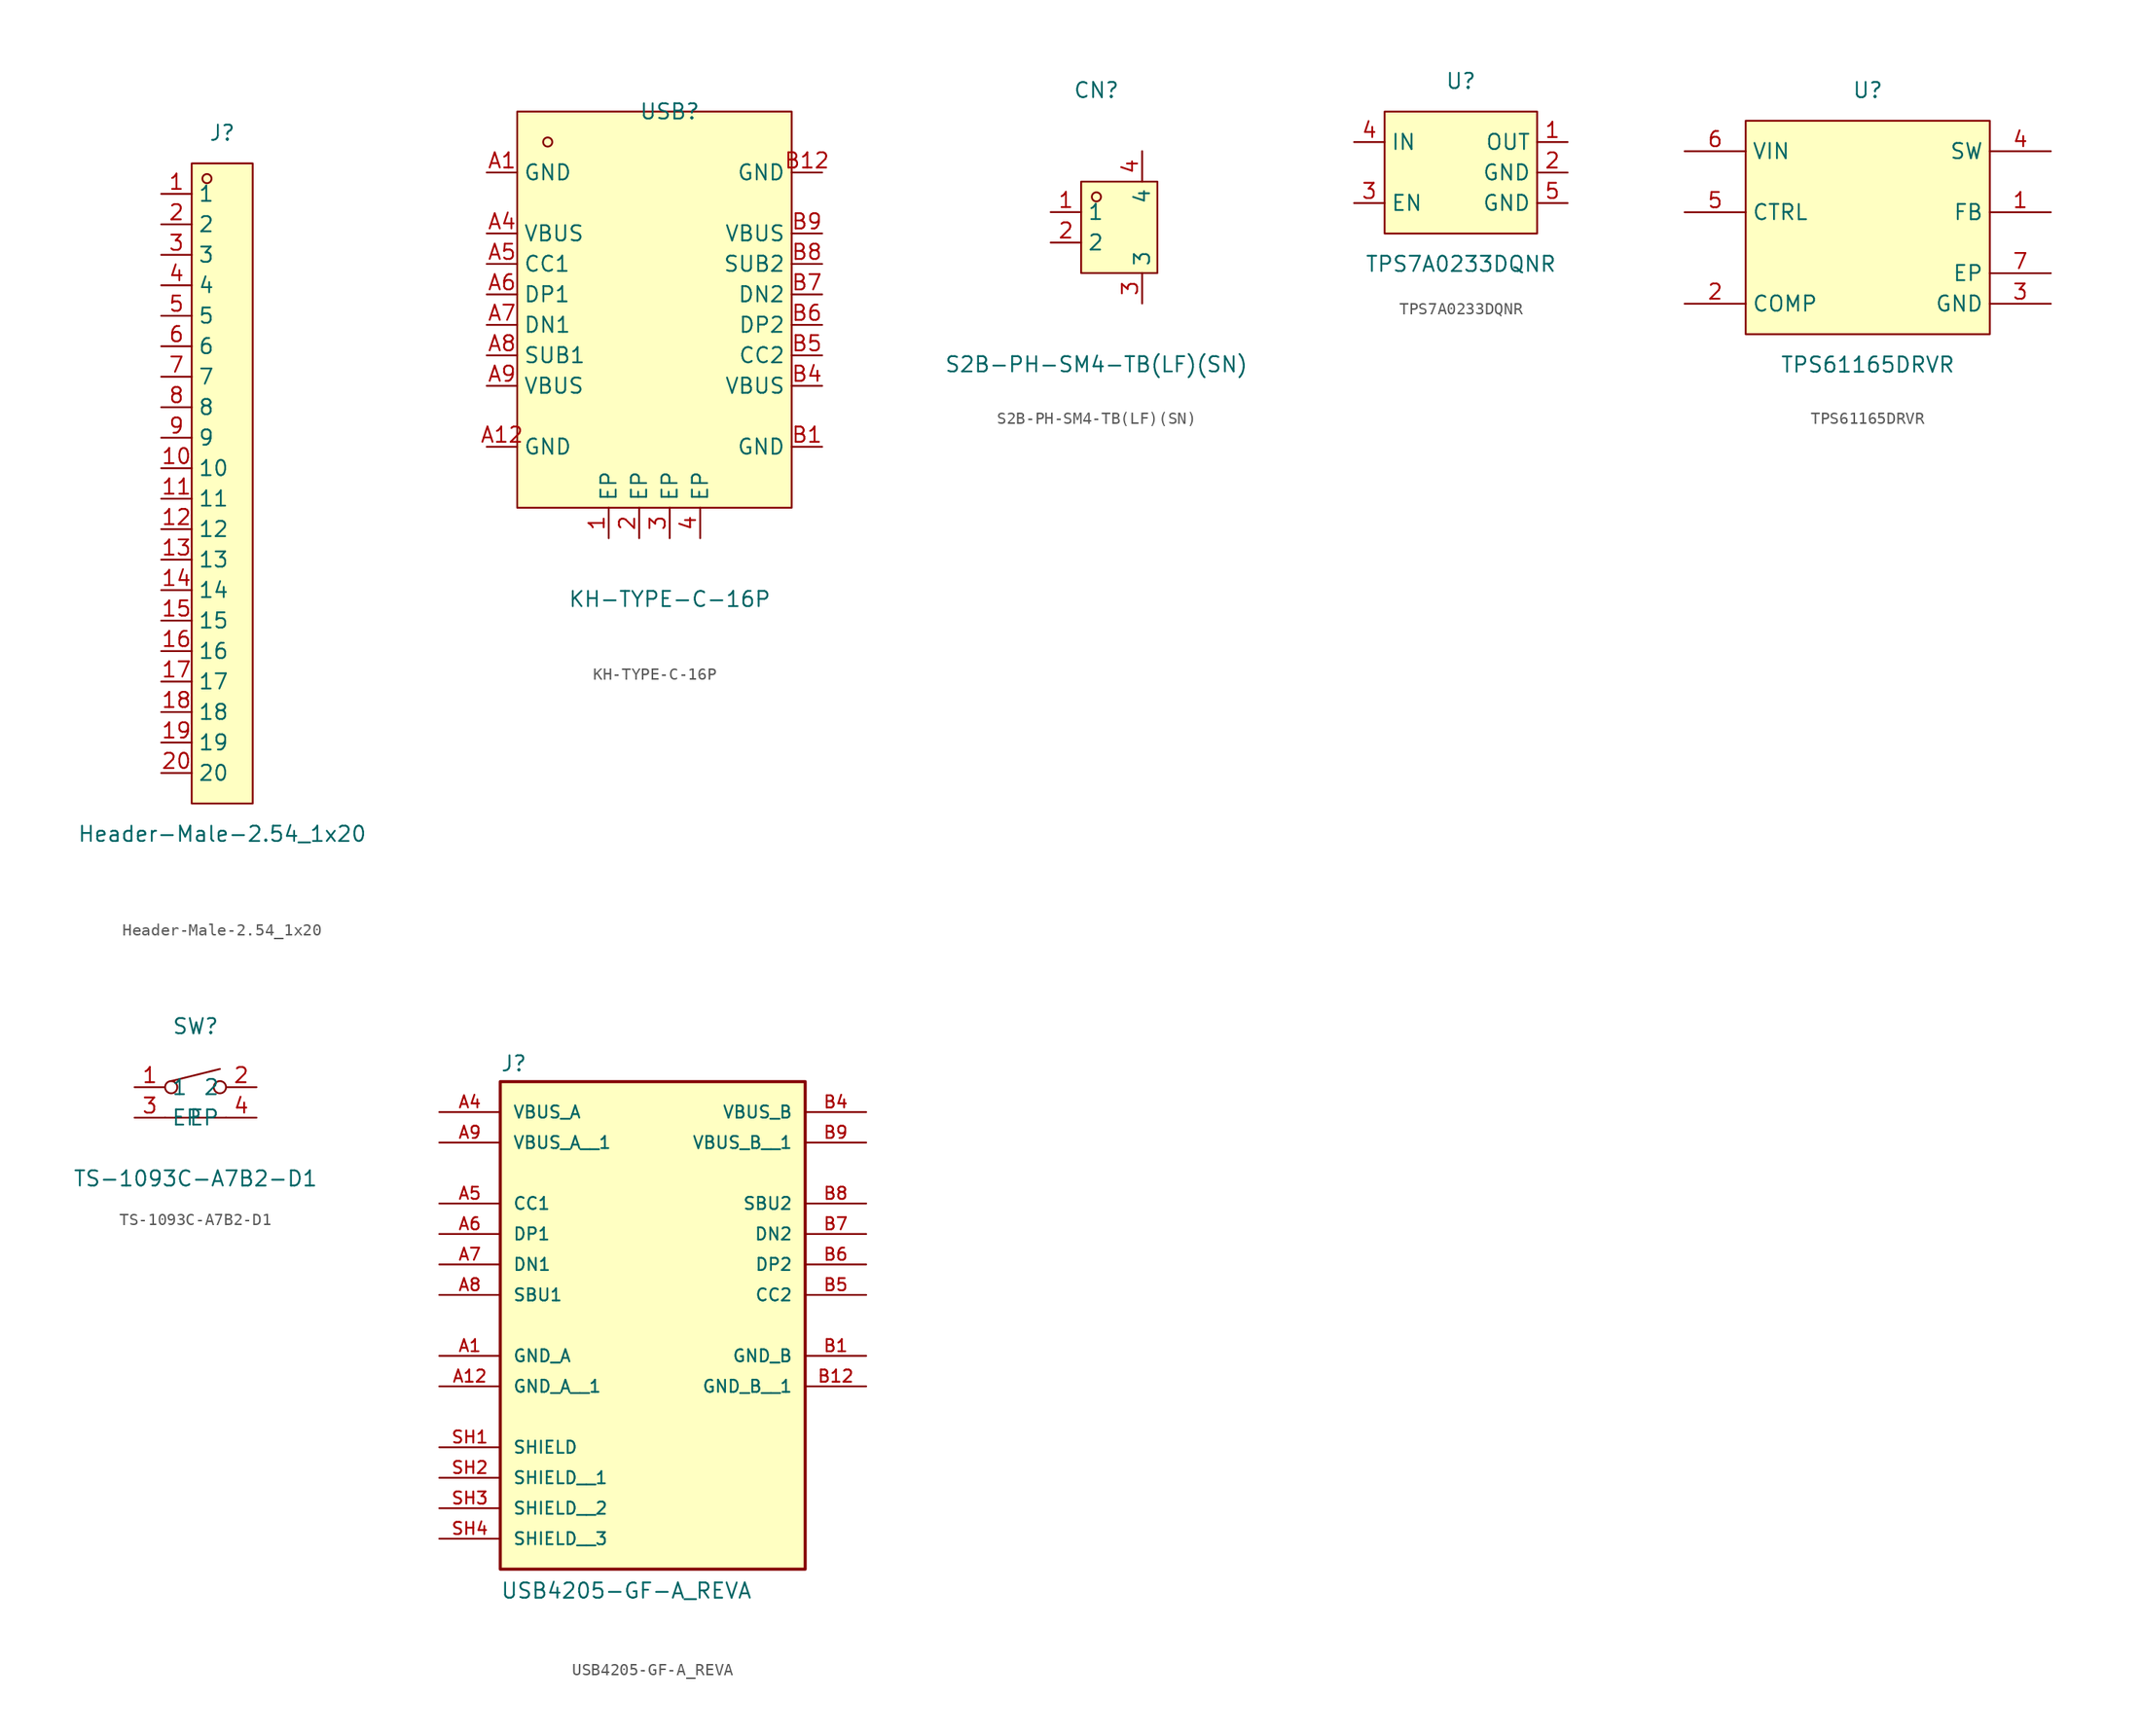
<source format=kicad_sym>
(kicad_symbol_lib
  (version 20231120)
  (generator "kicad_symbol_editor")
  (generator_version "8.0")
  (symbol "Header-Male-2.54_1x20"
    (property "Reference" "J"
      (at 0 29.21 0)
      (effects (font (size 1.27 1.27))))
    (property "Value" "Header-Male-2.54_1x20"
      (at 0 -29.21 0)
      (effects (font (size 1.27 1.27))))
    (symbol "Header-Male-2.54_1x20_0_1"
      (rectangle (start -2.54 26.67) (end 2.54 -26.67) (stroke (width 0) (type default)) (fill (type background)))
      (circle (center -1.27 25.4) (radius 0.38) (stroke (width 0) (type default)) (fill (type none)))
      (pin unspecified line (at -5.08 24.13 0) (length 2.54) (name "1" (effects (font (size 1.27 1.27)))) (number "1" (effects (font (size 1.27 1.27)))))
      (pin unspecified line (at -5.08 1.27 0) (length 2.54) (name "10" (effects (font (size 1.27 1.27)))) (number "10" (effects (font (size 1.27 1.27)))))
      (pin unspecified line (at -5.08 -1.27 0) (length 2.54) (name "11" (effects (font (size 1.27 1.27)))) (number "11" (effects (font (size 1.27 1.27)))))
      (pin unspecified line (at -5.08 -3.81 0) (length 2.54) (name "12" (effects (font (size 1.27 1.27)))) (number "12" (effects (font (size 1.27 1.27)))))
      (pin unspecified line (at -5.08 -6.35 0) (length 2.54) (name "13" (effects (font (size 1.27 1.27)))) (number "13" (effects (font (size 1.27 1.27)))))
      (pin unspecified line (at -5.08 -8.89 0) (length 2.54) (name "14" (effects (font (size 1.27 1.27)))) (number "14" (effects (font (size 1.27 1.27)))))
      (pin unspecified line (at -5.08 -11.43 0) (length 2.54) (name "15" (effects (font (size 1.27 1.27)))) (number "15" (effects (font (size 1.27 1.27)))))
      (pin unspecified line (at -5.08 -13.97 0) (length 2.54) (name "16" (effects (font (size 1.27 1.27)))) (number "16" (effects (font (size 1.27 1.27)))))
      (pin unspecified line (at -5.08 -16.51 0) (length 2.54) (name "17" (effects (font (size 1.27 1.27)))) (number "17" (effects (font (size 1.27 1.27)))))
      (pin unspecified line (at -5.08 -19.05 0) (length 2.54) (name "18" (effects (font (size 1.27 1.27)))) (number "18" (effects (font (size 1.27 1.27)))))
      (pin unspecified line (at -5.08 -21.59 0) (length 2.54) (name "19" (effects (font (size 1.27 1.27)))) (number "19" (effects (font (size 1.27 1.27)))))
      (pin unspecified line (at -5.08 21.59 0) (length 2.54) (name "2" (effects (font (size 1.27 1.27)))) (number "2" (effects (font (size 1.27 1.27)))))
      (pin unspecified line (at -5.08 -24.13 0) (length 2.54) (name "20" (effects (font (size 1.27 1.27)))) (number "20" (effects (font (size 1.27 1.27)))))
      (pin unspecified line (at -5.08 19.05 0) (length 2.54) (name "3" (effects (font (size 1.27 1.27)))) (number "3" (effects (font (size 1.27 1.27)))))
      (pin unspecified line (at -5.08 16.51 0) (length 2.54) (name "4" (effects (font (size 1.27 1.27)))) (number "4" (effects (font (size 1.27 1.27)))))
      (pin unspecified line (at -5.08 13.97 0) (length 2.54) (name "5" (effects (font (size 1.27 1.27)))) (number "5" (effects (font (size 1.27 1.27)))))
      (pin unspecified line (at -5.08 11.43 0) (length 2.54) (name "6" (effects (font (size 1.27 1.27)))) (number "6" (effects (font (size 1.27 1.27)))))
      (pin unspecified line (at -5.08 8.89 0) (length 2.54) (name "7" (effects (font (size 1.27 1.27)))) (number "7" (effects (font (size 1.27 1.27)))))
      (pin unspecified line (at -5.08 6.35 0) (length 2.54) (name "8" (effects (font (size 1.27 1.27)))) (number "8" (effects (font (size 1.27 1.27)))))
      (pin unspecified line (at -5.08 3.81 0) (length 2.54) (name "9" (effects (font (size 1.27 1.27)))) (number "9" (effects (font (size 1.27 1.27)))))))
  (symbol "KH-TYPE-C-16P"
    (property "Reference" "USB"
      (at 0 17.78 0)
      (effects (font (size 1.27 1.27))))
    (property "Value" "KH-TYPE-C-16P"
      (at 0 -22.86 0)
      (effects (font (size 1.27 1.27))))
    (symbol "KH-TYPE-C-16P_0_1"
      (rectangle (start -12.7 17.78) (end 10.16 -15.24) (stroke (width 0) (type default)) (fill (type background)))
      (circle (center -10.16 15.24) (radius 0.38) (stroke (width 0) (type default)) (fill (type none)))
      (pin unspecified line (at -5.08 -17.78 90) (length 2.54) (name "EP" (effects (font (size 1.27 1.27)))) (number "1" (effects (font (size 1.27 1.27)))))
      (pin unspecified line (at -2.54 -17.78 90) (length 2.54) (name "EP" (effects (font (size 1.27 1.27)))) (number "2" (effects (font (size 1.27 1.27)))))
      (pin unspecified line (at 0 -17.78 90) (length 2.54) (name "EP" (effects (font (size 1.27 1.27)))) (number "3" (effects (font (size 1.27 1.27)))))
      (pin unspecified line (at 2.54 -17.78 90) (length 2.54) (name "EP" (effects (font (size 1.27 1.27)))) (number "4" (effects (font (size 1.27 1.27)))))
      (pin unspecified line (at -15.24 12.7 0) (length 2.54) (name "GND" (effects (font (size 1.27 1.27)))) (number "A1" (effects (font (size 1.27 1.27)))))
      (pin unspecified line (at -15.24 -10.16 0) (length 2.54) (name "GND" (effects (font (size 1.27 1.27)))) (number "A12" (effects (font (size 1.27 1.27)))))
      (pin unspecified line (at -15.24 7.62 0) (length 2.54) (name "VBUS" (effects (font (size 1.27 1.27)))) (number "A4" (effects (font (size 1.27 1.27)))))
      (pin unspecified line (at -15.24 5.08 0) (length 2.54) (name "CC1" (effects (font (size 1.27 1.27)))) (number "A5" (effects (font (size 1.27 1.27)))))
      (pin unspecified line (at -15.24 2.54 0) (length 2.54) (name "DP1" (effects (font (size 1.27 1.27)))) (number "A6" (effects (font (size 1.27 1.27)))))
      (pin unspecified line (at -15.24 0 0) (length 2.54) (name "DN1" (effects (font (size 1.27 1.27)))) (number "A7" (effects (font (size 1.27 1.27)))))
      (pin unspecified line (at -15.24 -2.54 0) (length 2.54) (name "SUB1" (effects (font (size 1.27 1.27)))) (number "A8" (effects (font (size 1.27 1.27)))))
      (pin unspecified line (at -15.24 -5.08 0) (length 2.54) (name "VBUS" (effects (font (size 1.27 1.27)))) (number "A9" (effects (font (size 1.27 1.27)))))
      (pin unspecified line (at 12.7 -10.16 180) (length 2.54) (name "GND" (effects (font (size 1.27 1.27)))) (number "B1" (effects (font (size 1.27 1.27)))))
      (pin unspecified line (at 12.7 12.7 180) (length 2.54) (name "GND" (effects (font (size 1.27 1.27)))) (number "B12" (effects (font (size 1.27 1.27)))))
      (pin unspecified line (at 12.7 -5.08 180) (length 2.54) (name "VBUS" (effects (font (size 1.27 1.27)))) (number "B4" (effects (font (size 1.27 1.27)))))
      (pin unspecified line (at 12.7 -2.54 180) (length 2.54) (name "CC2" (effects (font (size 1.27 1.27)))) (number "B5" (effects (font (size 1.27 1.27)))))
      (pin unspecified line (at 12.7 0 180) (length 2.54) (name "DP2" (effects (font (size 1.27 1.27)))) (number "B6" (effects (font (size 1.27 1.27)))))
      (pin unspecified line (at 12.7 2.54 180) (length 2.54) (name "DN2" (effects (font (size 1.27 1.27)))) (number "B7" (effects (font (size 1.27 1.27)))))
      (pin unspecified line (at 12.7 5.08 180) (length 2.54) (name "SUB2" (effects (font (size 1.27 1.27)))) (number "B8" (effects (font (size 1.27 1.27)))))
      (pin unspecified line (at 12.7 7.62 180) (length 2.54) (name "VBUS" (effects (font (size 1.27 1.27)))) (number "B9" (effects (font (size 1.27 1.27)))))))
  (symbol "S2B-PH-SM4-TB(LF)(SN)"
    (property "Reference" "CN"
      (at 0 11.43 0)
      (effects (font (size 1.27 1.27))))
    (property "Value" "S2B-PH-SM4-TB(LF)(SN)"
      (at 0 -11.43 0)
      (effects (font (size 1.27 1.27))))
    (symbol "S2B-PH-SM4-TB(LF)(SN)_0_1"
      (rectangle (start -1.27 3.81) (end 5.08 -3.81) (stroke (width 0) (type default)) (fill (type background)))
      (circle (center 0 2.54) (radius 0.38) (stroke (width 0) (type default)) (fill (type none)))
      (pin unspecified line (at -3.81 1.27 0) (length 2.54) (name "1" (effects (font (size 1.27 1.27)))) (number "1" (effects (font (size 1.27 1.27)))))
      (pin unspecified line (at -3.81 -1.27 0) (length 2.54) (name "2" (effects (font (size 1.27 1.27)))) (number "2" (effects (font (size 1.27 1.27)))))
      (pin unspecified line (at 3.81 -6.35 90) (length 2.54) (name "3" (effects (font (size 1.27 1.27)))) (number "3" (effects (font (size 1.27 1.27)))))
      (pin unspecified line (at 3.81 6.35 270) (length 2.54) (name "4" (effects (font (size 1.27 1.27)))) (number "4" (effects (font (size 1.27 1.27)))))))
  (symbol "TPS7A0233DQNR"
    (property "Reference" "U"
      (at 0 7.62 0)
      (effects (font (size 1.27 1.27))))
    (property "Value" "TPS7A0233DQNR"
      (at 0 -7.62 0)
      (effects (font (size 1.27 1.27))))
    (symbol "TPS7A0233DQNR_0_1"
      (rectangle (start -6.35 5.08) (end 6.35 -5.08) (stroke (width 0) (type default)) (fill (type background)))
      (pin unspecified line (at 8.89 2.54 180) (length 2.54) (name "OUT" (effects (font (size 1.27 1.27)))) (number "1" (effects (font (size 1.27 1.27)))))
      (pin unspecified line (at 8.89 0 180) (length 2.54) (name "GND" (effects (font (size 1.27 1.27)))) (number "2" (effects (font (size 1.27 1.27)))))
      (pin unspecified line (at -8.89 -2.54 0) (length 2.54) (name "EN" (effects (font (size 1.27 1.27)))) (number "3" (effects (font (size 1.27 1.27)))))
      (pin unspecified line (at -8.89 2.54 0) (length 2.54) (name "IN" (effects (font (size 1.27 1.27)))) (number "4" (effects (font (size 1.27 1.27)))))
      (pin unspecified line (at 8.89 -2.54 180) (length 2.54) (name "GND" (effects (font (size 1.27 1.27)))) (number "5" (effects (font (size 1.27 1.27)))))))
  (symbol "TPS61165DRVR"
    (property "Reference" "U"
      (at 0 11.43 0)
      (effects (font (size 1.27 1.27))))
    (property "Value" "TPS61165DRVR"
      (at 0 -11.43 0)
      (effects (font (size 1.27 1.27))))
    (symbol "TPS61165DRVR_0_1"
      (rectangle (start -10.16 8.89) (end 10.16 -8.89) (stroke (width 0) (type default)) (fill (type background)))
      (pin unspecified line (at 15.24 1.27 180) (length 5.08) (name "FB" (effects (font (size 1.27 1.27)))) (number "1" (effects (font (size 1.27 1.27)))))
      (pin unspecified line (at -15.24 -6.35 0) (length 5.08) (name "COMP" (effects (font (size 1.27 1.27)))) (number "2" (effects (font (size 1.27 1.27)))))
      (pin power_in line (at 15.24 -6.35 180) (length 5.08) (name "GND" (effects (font (size 1.27 1.27)))) (number "3" (effects (font (size 1.27 1.27)))))
      (pin power_in line (at 15.24 6.35 180) (length 5.08) (name "SW" (effects (font (size 1.27 1.27)))) (number "4" (effects (font (size 1.27 1.27)))))
      (pin unspecified line (at -15.24 1.27 0) (length 5.08) (name "CTRL" (effects (font (size 1.27 1.27)))) (number "5" (effects (font (size 1.27 1.27)))))
      (pin power_in line (at -15.24 6.35 0) (length 5.08) (name "VIN" (effects (font (size 1.27 1.27)))) (number "6" (effects (font (size 1.27 1.27)))))
      (pin power_in line (at 15.24 -3.81 180) (length 5.08) (name "EP" (effects (font (size 1.27 1.27)))) (number "7" (effects (font (size 1.27 1.27)))))))
  (symbol "TS-1093C-A7B2-D1"
    (property "Reference" "SW"
      (at 0 5.08 0)
      (effects (font (size 1.27 1.27))))
    (property "Value" "TS-1093C-A7B2-D1"
      (at 0 -7.62 0)
      (effects (font (size 1.27 1.27))))
    (symbol "TS-1093C-A7B2-D1_0_1"
      (circle (center -2.03 0) (radius 0.51) (stroke (width 0) (type default)) (fill (type none)))
      (polyline (pts (xy -2.54 -2.54) (xy 2.54 -2.54)) (stroke (width 0) (type default)) (fill (type none)))
      (polyline (pts (xy 2.03 1.52) (xy -2.03 0.51)) (stroke (width 0) (type default)) (fill (type none)))
      (circle (center 2.03 0) (radius 0.51) (stroke (width 0) (type default)) (fill (type none)))
      (pin unspecified line (at -5.08 0 0) (length 2.54) (name "1" (effects (font (size 1.27 1.27)))) (number "1" (effects (font (size 1.27 1.27)))))
      (pin unspecified line (at 5.08 0 180) (length 2.54) (name "2" (effects (font (size 1.27 1.27)))) (number "2" (effects (font (size 1.27 1.27)))))
      (pin unspecified line (at -5.08 -2.54 0) (length 2.54) (name "EP" (effects (font (size 1.27 1.27)))) (number "3" (effects (font (size 1.27 1.27)))))
      (pin unspecified line (at 5.08 -2.54 180) (length 2.54) (name "EP" (effects (font (size 1.27 1.27)))) (number "4" (effects (font (size 1.27 1.27)))))))
  (symbol "USB4205-GF-A_REVA"
    (pin_names
      (offset 1.016))
    (property "Reference" "J"
      (at -12.7 13.462 0)
      (effects (font (size 1.27 1.27)) (justify bottom left)))
    (property "Value" "USB4205-GF-A_REVA"
      (at -12.7 -30.48 0)
      (effects (font (size 1.27 1.27)) (justify bottom left)))
    (symbol "USB4205-GF-A_REVA_0_0"
      (rectangle (start -12.7 -27.94) (end 12.7 12.7) (stroke (width 0.254)) (fill (type background)))
      (pin power_in line (at -17.78 10.16 0) (length 5.08) (name "VBUS_A" (effects (font (size 1.016 1.016)))) (number "A4" (effects (font (size 1.016 1.016)))))
      (pin bidirectional line (at -17.78 2.54 0) (length 5.08) (name "CC1" (effects (font (size 1.016 1.016)))) (number "A5" (effects (font (size 1.016 1.016)))))
      (pin bidirectional line (at -17.78 0.0 0) (length 5.08) (name "DP1" (effects (font (size 1.016 1.016)))) (number "A6" (effects (font (size 1.016 1.016)))))
      (pin bidirectional line (at -17.78 -2.54 0) (length 5.08) (name "DN1" (effects (font (size 1.016 1.016)))) (number "A7" (effects (font (size 1.016 1.016)))))
      (pin bidirectional line (at -17.78 -5.08 0) (length 5.08) (name "SBU1" (effects (font (size 1.016 1.016)))) (number "A8" (effects (font (size 1.016 1.016)))))
      (pin power_in line (at -17.78 -10.16 0) (length 5.08) (name "GND_A" (effects (font (size 1.016 1.016)))) (number "A1" (effects (font (size 1.016 1.016)))))
      (pin power_in line (at 17.78 10.16 180.0) (length 5.08) (name "VBUS_B" (effects (font (size 1.016 1.016)))) (number "B4" (effects (font (size 1.016 1.016)))))
      (pin power_in line (at 17.78 -10.16 180.0) (length 5.08) (name "GND_B" (effects (font (size 1.016 1.016)))) (number "B1" (effects (font (size 1.016 1.016)))))
      (pin bidirectional line (at 17.78 2.54 180.0) (length 5.08) (name "SBU2" (effects (font (size 1.016 1.016)))) (number "B8" (effects (font (size 1.016 1.016)))))
      (pin bidirectional line (at 17.78 0.0 180.0) (length 5.08) (name "DN2" (effects (font (size 1.016 1.016)))) (number "B7" (effects (font (size 1.016 1.016)))))
      (pin bidirectional line (at 17.78 -2.54 180.0) (length 5.08) (name "DP2" (effects (font (size 1.016 1.016)))) (number "B6" (effects (font (size 1.016 1.016)))))
      (pin bidirectional line (at 17.78 -5.08 180.0) (length 5.08) (name "CC2" (effects (font (size 1.016 1.016)))) (number "B5" (effects (font (size 1.016 1.016)))))
      (pin passive line (at -17.78 -17.78 0) (length 5.08) (name "SHIELD" (effects (font (size 1.016 1.016)))) (number "SH1" (effects (font (size 1.016 1.016)))))
      (pin power_in line (at -17.78 7.62 0) (length 5.08) (name "VBUS_A__1" (effects (font (size 1.016 1.016)))) (number "A9" (effects (font (size 1.016 1.016)))))
      (pin power_in line (at -17.78 -12.7 0) (length 5.08) (name "GND_A__1" (effects (font (size 1.016 1.016)))) (number "A12" (effects (font (size 1.016 1.016)))))
      (pin passive line (at -17.78 -20.32 0) (length 5.08) (name "SHIELD__1" (effects (font (size 1.016 1.016)))) (number "SH2" (effects (font (size 1.016 1.016)))))
      (pin passive line (at -17.78 -22.86 0) (length 5.08) (name "SHIELD__2" (effects (font (size 1.016 1.016)))) (number "SH3" (effects (font (size 1.016 1.016)))))
      (pin passive line (at -17.78 -25.4 0) (length 5.08) (name "SHIELD__3" (effects (font (size 1.016 1.016)))) (number "SH4" (effects (font (size 1.016 1.016)))))
      (pin power_in line (at 17.78 7.62 180.0) (length 5.08) (name "VBUS_B__1" (effects (font (size 1.016 1.016)))) (number "B9" (effects (font (size 1.016 1.016)))))
      (pin power_in line (at 17.78 -12.7 180.0) (length 5.08) (name "GND_B__1" (effects (font (size 1.016 1.016)))) (number "B12" (effects (font (size 1.016 1.016))))))))
</source>
